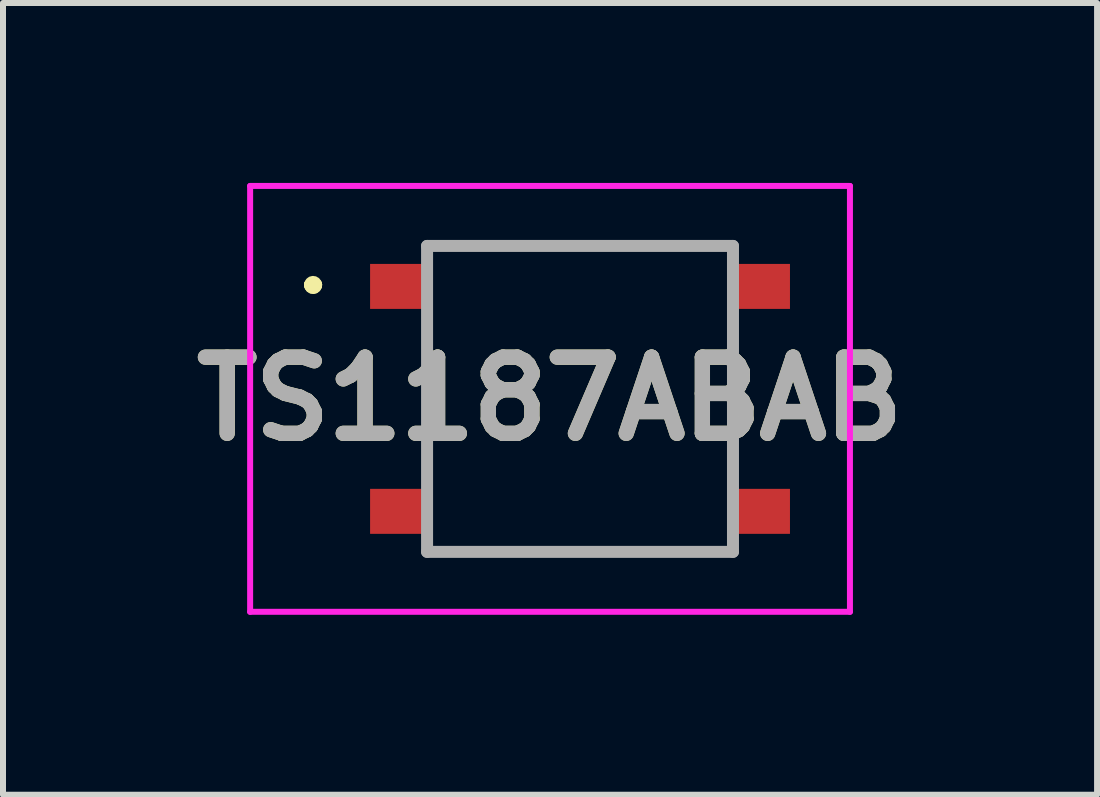
<source format=kicad_pcb>
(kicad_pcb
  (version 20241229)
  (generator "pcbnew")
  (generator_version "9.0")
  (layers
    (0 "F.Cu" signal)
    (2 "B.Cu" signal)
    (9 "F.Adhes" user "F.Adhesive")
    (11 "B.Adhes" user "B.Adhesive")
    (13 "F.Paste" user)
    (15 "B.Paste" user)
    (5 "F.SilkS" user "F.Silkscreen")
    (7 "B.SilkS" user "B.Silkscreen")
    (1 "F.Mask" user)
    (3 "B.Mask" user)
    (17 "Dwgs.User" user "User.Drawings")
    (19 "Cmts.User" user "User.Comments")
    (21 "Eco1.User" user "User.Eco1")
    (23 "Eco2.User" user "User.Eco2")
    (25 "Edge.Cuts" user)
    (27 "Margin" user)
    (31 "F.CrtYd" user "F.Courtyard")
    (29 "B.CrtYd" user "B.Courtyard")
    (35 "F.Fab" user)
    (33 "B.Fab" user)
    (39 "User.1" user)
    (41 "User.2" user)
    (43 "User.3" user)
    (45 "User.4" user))
  (footprint "TS1187ABAB"
    (layer "F.Cu")
    (at 6.62 3.6)
    (property "Reference" "TS1187ABAB" (at -0.5 0 0) (layer "F.SilkS") (effects (font (size 1.27 1.27) (thickness 0.254))))
    (attr smd)
    (fp_line (start -4.5 -1.9) (end -4.5 -1.9) (stroke (width 0.2) (type solid)) (layer "F.SilkS"))
    (fp_line (start -4.5 -1.9) (end -4.5 -1.9) (stroke (width 0.2) (type solid)) (layer "F.SilkS"))
    (fp_line (start -4.4 -1.9) (end -4.4 -1.9) (stroke (width 0.2) (type solid)) (layer "F.SilkS"))
    (fp_line (start -2.55 -1) (end -2.55 1) (stroke (width 0.1) (type solid)) (layer "F.SilkS"))
    (fp_line (start -2 -2.55) (end 2 -2.55) (stroke (width 0.1) (type solid)) (layer "F.SilkS"))
    (fp_line (start -2 2.55) (end 2 2.55) (stroke (width 0.1) (type solid)) (layer "F.SilkS"))
    (fp_line (start 2.55 -1) (end 2.55 1) (stroke (width 0.1) (type solid)) (layer "F.SilkS"))
    (fp_arc (start -4.5 -1.9) (mid -4.45 -1.95) (end -4.4 -1.9) (stroke (width 0.2) (type solid)) (layer "F.SilkS"))
    (fp_arc (start -4.4 -1.9) (mid -4.45 -1.85) (end -4.5 -1.9) (stroke (width 0.2) (type solid)) (layer "F.SilkS"))
    (fp_arc (start -4.4 -1.9) (mid -4.45 -1.85) (end -4.5 -1.9) (stroke (width 0.2) (type solid)) (layer "F.SilkS"))
    (fp_line (start -5.5 -3.55) (end 4.5 -3.55) (stroke (width 0.1) (type solid)) (layer "F.CrtYd"))
    (fp_line (start -5.5 3.55) (end -5.5 -3.55) (stroke (width 0.1) (type solid)) (layer "F.CrtYd"))
    (fp_line (start 4.5 -3.55) (end 4.5 3.55) (stroke (width 0.1) (type solid)) (layer "F.CrtYd"))
    (fp_line (start 4.5 3.55) (end -5.5 3.55) (stroke (width 0.1) (type solid)) (layer "F.CrtYd"))
    (fp_line (start -2.55 -2.55) (end -2.55 2.55) (stroke (width 0.2) (type solid)) (layer "F.Fab"))
    (fp_line (start -2.55 2.55) (end 2.55 2.55) (stroke (width 0.2) (type solid)) (layer "F.Fab"))
    (fp_line (start 2.55 -2.55) (end -2.55 -2.55) (stroke (width 0.2) (type solid)) (layer "F.Fab"))
    (fp_line (start 2.55 2.55) (end 2.55 -2.55) (stroke (width 0.2) (type solid)) (layer "F.Fab"))
    (fp_text user "${REFERENCE}" (at -0.5 0 0) (layer "F.Fab") (effects (font (size 1.27 1.27) (thickness 0.254))))
    (pad "1" smd rect (at -3 -1.875 90) (size 0.75 1) (layers "F.Cu" "F.Mask" "F.Paste"))
    (pad "1" smd rect (at 3 -1.875 90) (size 0.75 1) (layers "F.Cu" "F.Mask" "F.Paste"))
    (pad "2" smd rect (at -3 1.875 90) (size 0.75 1) (layers "F.Cu" "F.Mask" "F.Paste"))
    (pad "2" smd rect (at 3 1.875 90) (size 0.75 1) (layers "F.Cu" "F.Mask" "F.Paste")))
  (gr_rect
    (start -3 -3)
    (end 15.24 10.2)
    (stroke (width 0.1) (type default))
    (fill no)
    (layer "Edge.Cuts")))
</source>
